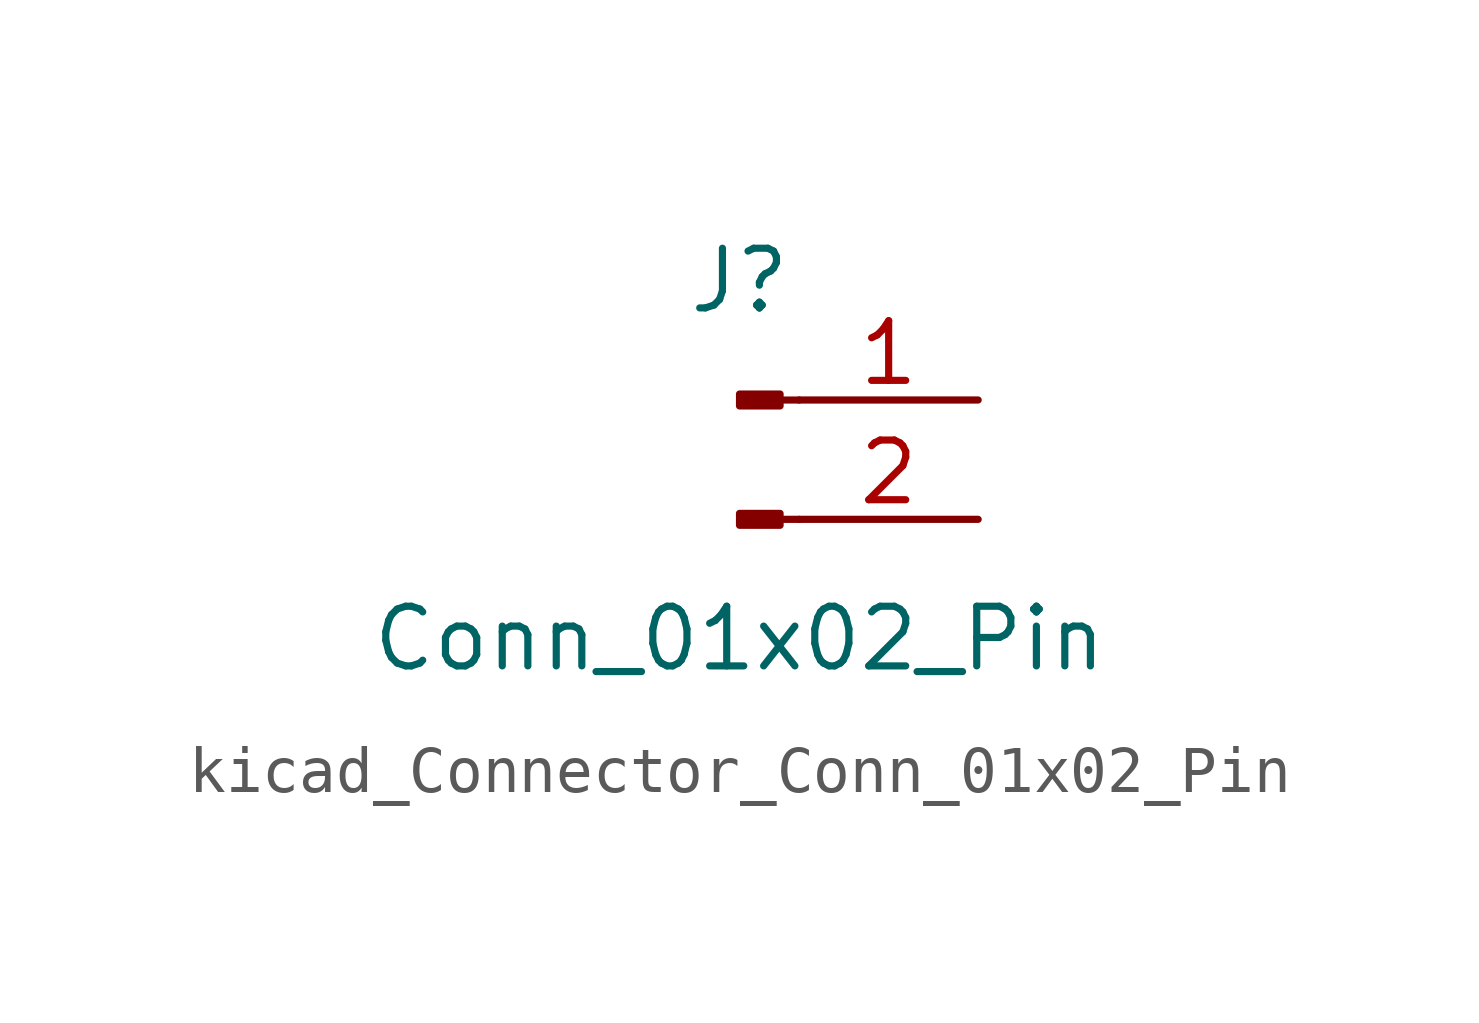
<source format=kicad_sym>
(kicad_symbol_lib
  (version 20220914)
  (generator kicad_symbol_editor)
  (symbol "kicad_Connector_Conn_01x02_Pin"
    (pin_names
      (offset 1.016) hide)
    (property "Reference" "J"
      (at 0 2.54 0)
      (effects (font (size 1.27 1.27))))
    (property "Value" "Conn_01x02_Pin"
      (at 0 -5.08 0)
      (effects (font (size 1.27 1.27))))
    (property "ki_locked" ""
      (at 0 0 0)
      (effects (font (size 1.27 1.27))))
    (symbol "kicad_Connector_Conn_01x02_Pin_1_1"
      (polyline (pts (xy 1.27 -2.54) (xy 0.864 -2.54)) (stroke (width 0.152) (type default)) (fill (type none)))
      (polyline (pts (xy 1.27 0) (xy 0.864 0)) (stroke (width 0.152) (type default)) (fill (type none)))
      (rectangle (start 0.864 -2.413) (end 0 -2.667) (stroke (width 0.152) (type default)) (fill (type outline)))
      (rectangle (start 0.864 0.127) (end 0 -0.127) (stroke (width 0.152) (type default)) (fill (type outline)))
      (pin passive line (at 5.08 0 180) (length 3.81) (name "Pin_1" (effects (font (size 1.27 1.27)))) (number "1" (effects (font (size 1.27 1.27)))))
      (pin passive line (at 5.08 -2.54 180) (length 3.81) (name "Pin_2" (effects (font (size 1.27 1.27)))) (number "2" (effects (font (size 1.27 1.27))))))))
</source>
